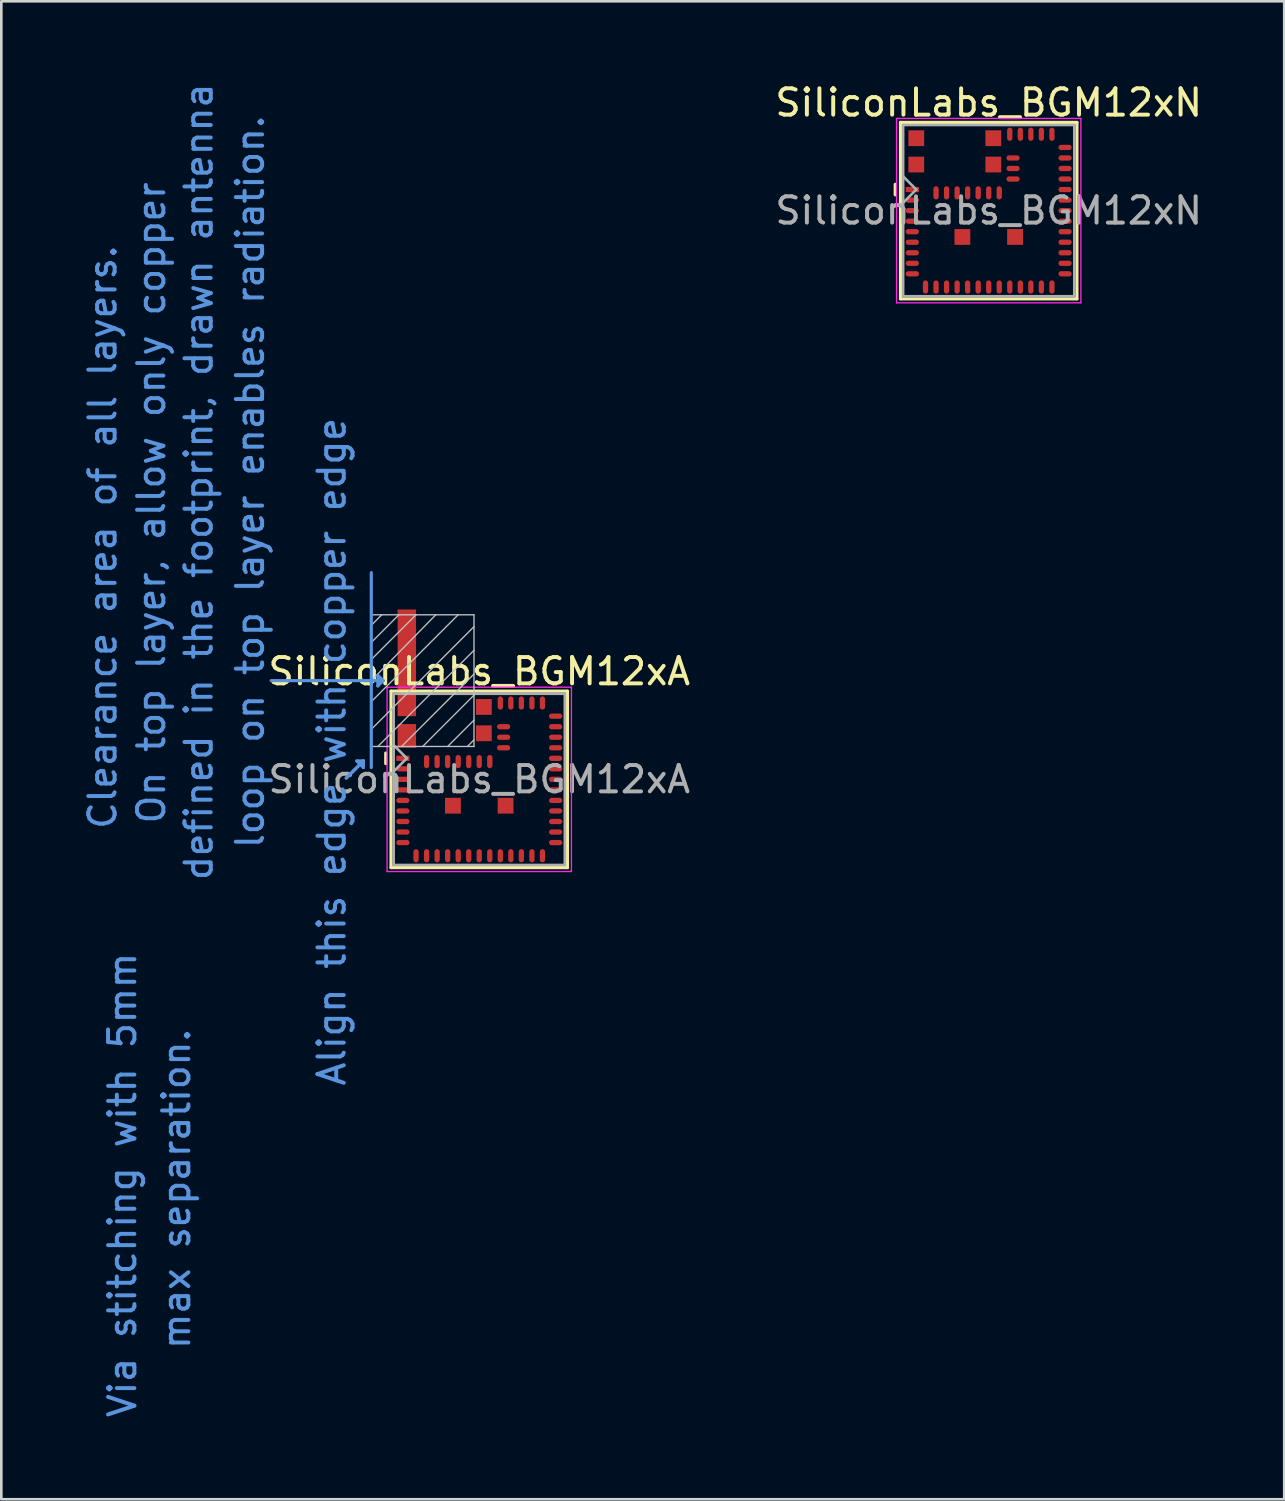
<source format=kicad_pcb>
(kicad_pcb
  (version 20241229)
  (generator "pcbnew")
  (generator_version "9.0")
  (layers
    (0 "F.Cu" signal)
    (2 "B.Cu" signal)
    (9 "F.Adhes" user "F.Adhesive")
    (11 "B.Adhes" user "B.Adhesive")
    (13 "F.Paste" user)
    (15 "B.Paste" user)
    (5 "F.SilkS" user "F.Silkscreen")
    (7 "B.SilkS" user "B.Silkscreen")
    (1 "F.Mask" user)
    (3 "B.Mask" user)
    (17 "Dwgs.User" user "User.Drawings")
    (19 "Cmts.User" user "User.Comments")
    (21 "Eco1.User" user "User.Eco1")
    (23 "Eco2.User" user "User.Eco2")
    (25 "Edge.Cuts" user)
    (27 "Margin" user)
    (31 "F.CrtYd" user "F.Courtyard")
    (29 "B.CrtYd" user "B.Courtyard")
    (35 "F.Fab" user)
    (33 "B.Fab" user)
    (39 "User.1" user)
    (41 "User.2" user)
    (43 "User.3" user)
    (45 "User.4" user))
  (footprint "SiliconLabs_BGM12xN"
    (layer "F.Cu")
    (at 34.493 4.948)
    (property "Reference" "SiliconLabs_BGM12xN" (at 0 -4.1 0) (layer "F.SilkS") (effects (font (size 1 1) (thickness 0.15))))
    (attr smd)
    (fp_line (start -3.55 -1) (end -3.55 -0.6) (stroke (width 0.12) (type solid)) (layer "F.SilkS"))
    (fp_line (start -3.35 -3.35) (end 3.35 -3.35) (stroke (width 0.12) (type solid)) (layer "F.SilkS"))
    (fp_line (start -3.35 3.35) (end -3.35 -3.35) (stroke (width 0.12) (type solid)) (layer "F.SilkS"))
    (fp_line (start 3.35 -3.35) (end 3.35 3.35) (stroke (width 0.12) (type solid)) (layer "F.SilkS"))
    (fp_line (start 3.35 3.35) (end -3.35 3.35) (stroke (width 0.12) (type solid)) (layer "F.SilkS"))
    (fp_line (start -3.5 -3.5) (end 3.5 -3.5) (stroke (width 0.05) (type solid)) (layer "F.CrtYd"))
    (fp_line (start -3.5 3.5) (end -3.5 -3.5) (stroke (width 0.05) (type solid)) (layer "F.CrtYd"))
    (fp_line (start 3.5 -3.5) (end 3.5 3.5) (stroke (width 0.05) (type solid)) (layer "F.CrtYd"))
    (fp_line (start 3.5 3.5) (end -3.5 3.5) (stroke (width 0.05) (type solid)) (layer "F.CrtYd"))
    (fp_line (start -3.25 -3.25) (end -3.25 3.25) (stroke (width 0.1) (type solid)) (layer "F.Fab"))
    (fp_line (start -3.25 -0.3) (end -2.75 -0.8) (stroke (width 0.1) (type solid)) (layer "F.Fab"))
    (fp_line (start -3.25 3.25) (end 3.25 3.25) (stroke (width 0.1) (type solid)) (layer "F.Fab"))
    (fp_line (start -2.75 -0.8) (end -3.25 -1.3) (stroke (width 0.1) (type solid)) (layer "F.Fab"))
    (fp_line (start 3.25 -3.25) (end -3.25 -3.25) (stroke (width 0.1) (type solid)) (layer "F.Fab"))
    (fp_line (start 3.25 3.25) (end 3.25 -3.25) (stroke (width 0.1) (type solid)) (layer "F.Fab"))
    (fp_text user "${REFERENCE}" (at 0 0 0) (layer "F.Fab") (effects (font (size 1 1) (thickness 0.15))))
    (pad "1" smd rect (at -2.9 -0.8) (size 0.5 0.2) (layers "F.Cu" "F.Mask" "F.Paste"))
    (pad "2" smd oval (at -2.9 -0.4) (size 0.501 0.201) (layers "F.Cu" "F.Mask" "F.Paste"))
    (pad "3" smd oval (at -2.9 0) (size 0.501 0.201) (layers "F.Cu" "F.Mask" "F.Paste"))
    (pad "4" smd oval (at -2.9 0.4) (size 0.501 0.201) (layers "F.Cu" "F.Mask" "F.Paste"))
    (pad "5" smd oval (at -2.9 0.8) (size 0.501 0.201) (layers "F.Cu" "F.Mask" "F.Paste"))
    (pad "6" smd oval (at -2.9 1.2) (size 0.501 0.201) (layers "F.Cu" "F.Mask" "F.Paste"))
    (pad "7" smd oval (at -2.9 1.6) (size 0.501 0.201) (layers "F.Cu" "F.Mask" "F.Paste"))
    (pad "8" smd oval (at -2.9 2) (size 0.501 0.201) (layers "F.Cu" "F.Mask" "F.Paste"))
    (pad "9" smd oval (at -2.9 2.4) (size 0.501 0.201) (layers "F.Cu" "F.Mask" "F.Paste"))
    (pad "10" smd oval (at -2.4 2.9 90) (size 0.501 0.201) (layers "F.Cu" "F.Mask" "F.Paste"))
    (pad "11" smd oval (at -2 2.9 90) (size 0.501 0.201) (layers "F.Cu" "F.Mask" "F.Paste"))
    (pad "12" smd oval (at -1.6 2.9 90) (size 0.501 0.201) (layers "F.Cu" "F.Mask" "F.Paste"))
    (pad "13" smd oval (at -1.2 2.9 90) (size 0.501 0.201) (layers "F.Cu" "F.Mask" "F.Paste"))
    (pad "14" smd oval (at -0.8 2.9 90) (size 0.501 0.201) (layers "F.Cu" "F.Mask" "F.Paste"))
    (pad "15" smd oval (at -0.4 2.9 90) (size 0.501 0.201) (layers "F.Cu" "F.Mask" "F.Paste"))
    (pad "16" smd oval (at 0 2.9 90) (size 0.501 0.201) (layers "F.Cu" "F.Mask" "F.Paste"))
    (pad "17" smd oval (at 0.4 2.9 90) (size 0.501 0.201) (layers "F.Cu" "F.Mask" "F.Paste"))
    (pad "18" smd oval (at 0.8 2.9 90) (size 0.501 0.201) (layers "F.Cu" "F.Mask" "F.Paste"))
    (pad "19" smd oval (at 1.2 2.9 90) (size 0.501 0.201) (layers "F.Cu" "F.Mask" "F.Paste"))
    (pad "20" smd oval (at 1.6 2.9 90) (size 0.501 0.201) (layers "F.Cu" "F.Mask" "F.Paste"))
    (pad "21" smd oval (at 2 2.9 90) (size 0.501 0.201) (layers "F.Cu" "F.Mask" "F.Paste"))
    (pad "22" smd oval (at 2.4 2.9 90) (size 0.501 0.201) (layers "F.Cu" "F.Mask" "F.Paste"))
    (pad "23" smd oval (at 2.9 2.4) (size 0.501 0.201) (layers "F.Cu" "F.Mask" "F.Paste"))
    (pad "24" smd oval (at 2.9 2) (size 0.501 0.201) (layers "F.Cu" "F.Mask" "F.Paste"))
    (pad "25" smd oval (at 2.9 1.6) (size 0.501 0.201) (layers "F.Cu" "F.Mask" "F.Paste"))
    (pad "26" smd oval (at 2.9 1.2) (size 0.501 0.201) (layers "F.Cu" "F.Mask" "F.Paste"))
    (pad "27" smd oval (at 2.9 0.8) (size 0.501 0.201) (layers "F.Cu" "F.Mask" "F.Paste"))
    (pad "28" smd oval (at 2.9 0.4) (size 0.501 0.201) (layers "F.Cu" "F.Mask" "F.Paste"))
    (pad "29" smd oval (at 2.9 0) (size 0.501 0.201) (layers "F.Cu" "F.Mask" "F.Paste"))
    (pad "30" smd oval (at 2.9 -0.4) (size 0.501 0.201) (layers "F.Cu" "F.Mask" "F.Paste"))
    (pad "31" smd oval (at 2.9 -0.8) (size 0.501 0.201) (layers "F.Cu" "F.Mask" "F.Paste"))
    (pad "32" smd oval (at 2.9 -1.2) (size 0.501 0.201) (layers "F.Cu" "F.Mask" "F.Paste"))
    (pad "33" smd oval (at 2.9 -1.6) (size 0.501 0.201) (layers "F.Cu" "F.Mask" "F.Paste"))
    (pad "34" smd oval (at 2.9 -2) (size 0.501 0.201) (layers "F.Cu" "F.Mask" "F.Paste"))
    (pad "35" smd oval (at 2.9 -2.4) (size 0.501 0.201) (layers "F.Cu" "F.Mask" "F.Paste"))
    (pad "36" smd oval (at 2.4 -2.9 90) (size 0.501 0.201) (layers "F.Cu" "F.Mask" "F.Paste"))
    (pad "37" smd oval (at 2 -2.9 90) (size 0.501 0.201) (layers "F.Cu" "F.Mask" "F.Paste"))
    (pad "38" smd oval (at 1.6 -2.9 90) (size 0.501 0.201) (layers "F.Cu" "F.Mask" "F.Paste"))
    (pad "39" smd oval (at 1.2 -2.9 90) (size 0.501 0.201) (layers "F.Cu" "F.Mask" "F.Paste"))
    (pad "40" smd oval (at 0.8 -2.9 90) (size 0.501 0.201) (layers "F.Cu" "F.Mask" "F.Paste"))
    (pad "41" smd oval (at 0.925 -2) (size 0.501 0.201) (layers "F.Cu" "F.Mask" "F.Paste"))
    (pad "42" smd oval (at 0.925 -1.6) (size 0.501 0.201) (layers "F.Cu" "F.Mask" "F.Paste"))
    (pad "43" smd oval (at 0.925 -1.2) (size 0.501 0.201) (layers "F.Cu" "F.Mask" "F.Paste"))
    (pad "44" smd oval (at 0.4 -0.675 90) (size 0.501 0.201) (layers "F.Cu" "F.Mask" "F.Paste"))
    (pad "45" smd oval (at 0 -0.675 90) (size 0.501 0.201) (layers "F.Cu" "F.Mask" "F.Paste"))
    (pad "46" smd oval (at -0.4 -0.675 90) (size 0.501 0.201) (layers "F.Cu" "F.Mask" "F.Paste"))
    (pad "47" smd oval (at -0.8 -0.675 90) (size 0.501 0.201) (layers "F.Cu" "F.Mask" "F.Paste"))
    (pad "48" smd oval (at -1.2 -0.675 90) (size 0.501 0.201) (layers "F.Cu" "F.Mask" "F.Paste"))
    (pad "49" smd oval (at -1.6 -0.675 90) (size 0.501 0.201) (layers "F.Cu" "F.Mask" "F.Paste"))
    (pad "50" smd oval (at -2 -0.675 90) (size 0.501 0.201) (layers "F.Cu" "F.Mask" "F.Paste"))
    (pad "51" smd rect (at -1 1) (size 0.6 0.6) (layers "F.Cu" "F.Mask" "F.Paste"))
    (pad "52" smd rect (at 1 1) (size 0.6 0.6) (layers "F.Cu" "F.Mask" "F.Paste"))
    (pad "53" smd rect (at -2.75 -2.75) (size 0.6 0.6) (layers "F.Cu" "F.Mask" "F.Paste"))
    (pad "54" smd rect (at -2.75 -1.75) (size 0.6 0.6) (layers "F.Cu" "F.Mask" "F.Paste"))
    (pad "55" smd rect (at 0.175 -1.75) (size 0.6 0.6) (layers "F.Cu" "F.Mask" "F.Paste"))
    (pad "56" smd rect (at 0.175 -2.75) (size 0.6 0.6) (layers "F.Cu" "F.Mask" "F.Paste")))
  (footprint "SiliconLabs_BGM12xA"
    (layer "F.Cu")
    (at 15.148 26.544)
    (property "Reference" "SiliconLabs_BGM12xA" (at 0 -4.1 0) (layer "F.SilkS") (effects (font (size 1 1) (thickness 0.15))))
    (attr smd)
    (fp_line (start -3.55 -1) (end -3.55 -0.6) (stroke (width 0.12) (type solid)) (layer "F.SilkS"))
    (fp_line (start -3.35 -3.35) (end 3.35 -3.35) (stroke (width 0.12) (type solid)) (layer "F.SilkS"))
    (fp_line (start -3.35 3.35) (end -3.35 -3.35) (stroke (width 0.12) (type solid)) (layer "F.SilkS"))
    (fp_line (start 3.35 -3.35) (end 3.35 3.35) (stroke (width 0.12) (type solid)) (layer "F.SilkS"))
    (fp_line (start 3.35 3.35) (end -3.35 3.35) (stroke (width 0.12) (type solid)) (layer "F.SilkS"))
    (fp_line (start -4.1 -6.25) (end -2.4 -6.25) (stroke (width 0.05) (type solid)) (layer "Dwgs.User"))
    (fp_line (start -4.1 -5.85) (end -3.7 -6.25) (stroke (width 0.05) (type solid)) (layer "Dwgs.User"))
    (fp_line (start -4.1 -1.25) (end -4.1 -6.25) (stroke (width 0.05) (type solid)) (layer "Dwgs.User"))
    (fp_line (start -3.05 -6.25) (end -4.1 -5.2) (stroke (width 0.05) (type solid)) (layer "Dwgs.User"))
    (fp_line (start -2.95 -1.25) (end -0.2 -4) (stroke (width 0.05) (type solid)) (layer "Dwgs.User"))
    (fp_line (start -2.4 -6.25) (end -4.1 -4.55) (stroke (width 0.05) (type solid)) (layer "Dwgs.User"))
    (fp_line (start -2.4 -6.25) (end -0.2 -6.25) (stroke (width 0.05) (type solid)) (layer "Dwgs.User"))
    (fp_line (start -2.4 -1.25) (end -4.1 -1.25) (stroke (width 0.05) (type solid)) (layer "Dwgs.User"))
    (fp_line (start -2.15 -1.25) (end -0.2 -3.2) (stroke (width 0.05) (type solid)) (layer "Dwgs.User"))
    (fp_line (start -1.65 -6.25) (end -4.1 -3.75) (stroke (width 0.05) (type solid)) (layer "Dwgs.User"))
    (fp_line (start -1.2 -1.25) (end -0.2 -2.25) (stroke (width 0.05) (type solid)) (layer "Dwgs.User"))
    (fp_line (start -0.8 -6.25) (end -4.1 -2.95) (stroke (width 0.05) (type solid)) (layer "Dwgs.User"))
    (fp_line (start -0.45 -1.25) (end -0.2 -1.5) (stroke (width 0.05) (type solid)) (layer "Dwgs.User"))
    (fp_line (start -0.2 -6.25) (end -0.2 -1.25) (stroke (width 0.05) (type solid)) (layer "Dwgs.User"))
    (fp_line (start -0.2 -5.8) (end -4.1 -1.9) (stroke (width 0.05) (type solid)) (layer "Dwgs.User"))
    (fp_line (start -0.2 -4.9) (end -3.85 -1.25) (stroke (width 0.05) (type solid)) (layer "Dwgs.User"))
    (fp_line (start -0.2 -1.25) (end -2.4 -1.25) (stroke (width 0.05) (type solid)) (layer "Dwgs.User"))
    (fp_line (start -7.9 -3.75) (end -3.65 -3.75) (stroke (width 0.12) (type solid)) (layer "Cmts.User"))
    (fp_line (start -5.05 -0.05) (end -4.4 -0.7) (stroke (width 0.12) (type solid)) (layer "Cmts.User"))
    (fp_line (start -4.65 -0.7) (end -4.4 -0.7) (stroke (width 0.12) (type solid)) (layer "Cmts.User"))
    (fp_line (start -4.65 -0.7) (end -4.4 -0.45) (stroke (width 0.12) (type solid)) (layer "Cmts.User"))
    (fp_line (start -4.4 -0.7) (end -5.05 -0.05) (stroke (width 0.12) (type solid)) (layer "Cmts.User"))
    (fp_line (start -4.4 -0.7) (end -4.4 -0.45) (stroke (width 0.12) (type solid)) (layer "Cmts.User"))
    (fp_line (start -4.1 -0.45) (end -4.1 -7.85) (stroke (width 0.12) (type solid)) (layer "Cmts.User"))
    (fp_line (start -3.85 -3.95) (end -3.85 -3.55) (stroke (width 0.12) (type solid)) (layer "Cmts.User"))
    (fp_line (start -3.85 -3.55) (end -3.65 -3.75) (stroke (width 0.12) (type solid)) (layer "Cmts.User"))
    (fp_line (start -3.65 -3.75) (end -3.85 -3.95) (stroke (width 0.12) (type solid)) (layer "Cmts.User"))
    (fp_line (start -3.5 -3.5) (end 3.5 -3.5) (stroke (width 0.05) (type solid)) (layer "F.CrtYd"))
    (fp_line (start -3.5 3.5) (end -3.5 -3.5) (stroke (width 0.05) (type solid)) (layer "F.CrtYd"))
    (fp_line (start 3.5 -3.5) (end 3.5 3.5) (stroke (width 0.05) (type solid)) (layer "F.CrtYd"))
    (fp_line (start 3.5 3.5) (end -3.5 3.5) (stroke (width 0.05) (type solid)) (layer "F.CrtYd"))
    (fp_line (start -3.25 -3.25) (end -3.25 3.25) (stroke (width 0.1) (type solid)) (layer "F.Fab"))
    (fp_line (start -3.25 -0.3) (end -2.75 -0.8) (stroke (width 0.1) (type solid)) (layer "F.Fab"))
    (fp_line (start -3.25 3.25) (end 3.25 3.25) (stroke (width 0.1) (type solid)) (layer "F.Fab"))
    (fp_line (start -2.75 -0.8) (end -3.25 -1.3) (stroke (width 0.1) (type solid)) (layer "F.Fab"))
    (fp_line (start 3.25 -3.25) (end -3.25 -3.25) (stroke (width 0.1) (type solid)) (layer "F.Fab"))
    (fp_line (start 3.25 3.25) (end 3.25 -3.25) (stroke (width 0.1) (type solid)) (layer "F.Fab"))
    (fp_text user "Align this edge with copper edge" (at -5.6 -1.05 90) (layer "Cmts.User") (effects (font (size 1 1) (thickness 0.15))))
    (fp_text user "Via stitching with 5mm" (at -13.55 15.4 90) (layer "Cmts.User") (effects (font (size 1 1) (thickness 0.15))))
    (fp_text user "loop on top layer enables radiation." (at -8.7 -11.3 90) (layer "Cmts.User") (effects (font (size 1 1) (thickness 0.15))))
    (fp_text user "max separation." (at -11.5 15.55 90) (layer "Cmts.User") (effects (font (size 1 1) (thickness 0.15))))
    (fp_text user "On top layer, allow only copper" (at -12.45 -10.5 90) (layer "Cmts.User") (effects (font (size 1 1) (thickness 0.15))))
    (fp_text user "defined in the footprint, drawn antenna" (at -10.65 -11.3 90) (layer "Cmts.User") (effects (font (size 1 1) (thickness 0.15))))
    (fp_text user "Clearance area of all layers." (at -14.3 -9.2 90) (layer "Cmts.User") (effects (font (size 1 1) (thickness 0.15))))
    (fp_text user "${REFERENCE}" (at 0 0 0) (layer "F.Fab") (effects (font (size 1 1) (thickness 0.15))))
    (pad "1" smd rect (at -2.9 -0.8) (size 0.5 0.2) (layers "F.Cu" "F.Mask" "F.Paste"))
    (pad "2" smd oval (at -2.9 -0.4) (size 0.501 0.201) (layers "F.Cu" "F.Mask" "F.Paste"))
    (pad "3" smd oval (at -2.9 0) (size 0.501 0.201) (layers "F.Cu" "F.Mask" "F.Paste"))
    (pad "4" smd oval (at -2.9 0.4) (size 0.501 0.201) (layers "F.Cu" "F.Mask" "F.Paste"))
    (pad "5" smd oval (at -2.9 0.8) (size 0.501 0.201) (layers "F.Cu" "F.Mask" "F.Paste"))
    (pad "6" smd oval (at -2.9 1.2) (size 0.501 0.201) (layers "F.Cu" "F.Mask" "F.Paste"))
    (pad "7" smd oval (at -2.9 1.6) (size 0.501 0.201) (layers "F.Cu" "F.Mask" "F.Paste"))
    (pad "8" smd oval (at -2.9 2) (size 0.501 0.201) (layers "F.Cu" "F.Mask" "F.Paste"))
    (pad "9" smd oval (at -2.9 2.4) (size 0.501 0.201) (layers "F.Cu" "F.Mask" "F.Paste"))
    (pad "10" smd oval (at -2.4 2.9 90) (size 0.501 0.201) (layers "F.Cu" "F.Mask" "F.Paste"))
    (pad "11" smd oval (at -2 2.9 90) (size 0.501 0.201) (layers "F.Cu" "F.Mask" "F.Paste"))
    (pad "12" smd oval (at -1.6 2.9 90) (size 0.501 0.201) (layers "F.Cu" "F.Mask" "F.Paste"))
    (pad "13" smd oval (at -1.2 2.9 90) (size 0.501 0.201) (layers "F.Cu" "F.Mask" "F.Paste"))
    (pad "14" smd oval (at -0.8 2.9 90) (size 0.501 0.201) (layers "F.Cu" "F.Mask" "F.Paste"))
    (pad "15" smd oval (at -0.4 2.9 90) (size 0.501 0.201) (layers "F.Cu" "F.Mask" "F.Paste"))
    (pad "16" smd oval (at 0 2.9 90) (size 0.501 0.201) (layers "F.Cu" "F.Mask" "F.Paste"))
    (pad "17" smd oval (at 0.4 2.9 90) (size 0.501 0.201) (layers "F.Cu" "F.Mask" "F.Paste"))
    (pad "18" smd oval (at 0.8 2.9 90) (size 0.501 0.201) (layers "F.Cu" "F.Mask" "F.Paste"))
    (pad "19" smd oval (at 1.2 2.9 90) (size 0.501 0.201) (layers "F.Cu" "F.Mask" "F.Paste"))
    (pad "20" smd oval (at 1.6 2.9 90) (size 0.501 0.201) (layers "F.Cu" "F.Mask" "F.Paste"))
    (pad "21" smd oval (at 2 2.9 90) (size 0.501 0.201) (layers "F.Cu" "F.Mask" "F.Paste"))
    (pad "22" smd oval (at 2.4 2.9 90) (size 0.501 0.201) (layers "F.Cu" "F.Mask" "F.Paste"))
    (pad "23" smd oval (at 2.9 2.4) (size 0.501 0.201) (layers "F.Cu" "F.Mask" "F.Paste"))
    (pad "24" smd oval (at 2.9 2) (size 0.501 0.201) (layers "F.Cu" "F.Mask" "F.Paste"))
    (pad "25" smd oval (at 2.9 1.6) (size 0.501 0.201) (layers "F.Cu" "F.Mask" "F.Paste"))
    (pad "26" smd oval (at 2.9 1.2) (size 0.501 0.201) (layers "F.Cu" "F.Mask" "F.Paste"))
    (pad "27" smd oval (at 2.9 0.8) (size 0.501 0.201) (layers "F.Cu" "F.Mask" "F.Paste"))
    (pad "28" smd oval (at 2.9 0.4) (size 0.501 0.201) (layers "F.Cu" "F.Mask" "F.Paste"))
    (pad "29" smd oval (at 2.9 0) (size 0.501 0.201) (layers "F.Cu" "F.Mask" "F.Paste"))
    (pad "30" smd oval (at 2.9 -0.4) (size 0.501 0.201) (layers "F.Cu" "F.Mask" "F.Paste"))
    (pad "31" smd oval (at 2.9 -0.8) (size 0.501 0.201) (layers "F.Cu" "F.Mask" "F.Paste"))
    (pad "32" smd oval (at 2.9 -1.2) (size 0.501 0.201) (layers "F.Cu" "F.Mask" "F.Paste"))
    (pad "33" smd oval (at 2.9 -1.6) (size 0.501 0.201) (layers "F.Cu" "F.Mask" "F.Paste"))
    (pad "34" smd oval (at 2.9 -2) (size 0.501 0.201) (layers "F.Cu" "F.Mask" "F.Paste"))
    (pad "35" smd oval (at 2.9 -2.4) (size 0.501 0.201) (layers "F.Cu" "F.Mask" "F.Paste"))
    (pad "36" smd oval (at 2.4 -2.9 90) (size 0.501 0.201) (layers "F.Cu" "F.Mask" "F.Paste"))
    (pad "37" smd oval (at 2 -2.9 90) (size 0.501 0.201) (layers "F.Cu" "F.Mask" "F.Paste"))
    (pad "38" smd oval (at 1.6 -2.9 90) (size 0.501 0.201) (layers "F.Cu" "F.Mask" "F.Paste"))
    (pad "39" smd oval (at 1.2 -2.9 90) (size 0.501 0.201) (layers "F.Cu" "F.Mask" "F.Paste"))
    (pad "40" smd oval (at 0.8 -2.9 90) (size 0.501 0.201) (layers "F.Cu" "F.Mask" "F.Paste"))
    (pad "41" smd oval (at 0.925 -2) (size 0.501 0.201) (layers "F.Cu" "F.Mask" "F.Paste"))
    (pad "42" smd oval (at 0.925 -1.6) (size 0.501 0.201) (layers "F.Cu" "F.Mask" "F.Paste"))
    (pad "43" smd oval (at 0.925 -1.2) (size 0.501 0.201) (layers "F.Cu" "F.Mask" "F.Paste"))
    (pad "44" smd oval (at 0.4 -0.675 90) (size 0.501 0.201) (layers "F.Cu" "F.Mask" "F.Paste"))
    (pad "45" smd oval (at 0 -0.675 90) (size 0.501 0.201) (layers "F.Cu" "F.Mask" "F.Paste"))
    (pad "46" smd oval (at -0.4 -0.675 90) (size 0.501 0.201) (layers "F.Cu" "F.Mask" "F.Paste"))
    (pad "47" smd oval (at -0.8 -0.675 90) (size 0.501 0.201) (layers "F.Cu" "F.Mask" "F.Paste"))
    (pad "48" smd oval (at -1.2 -0.675 90) (size 0.501 0.201) (layers "F.Cu" "F.Mask" "F.Paste"))
    (pad "49" smd oval (at -1.6 -0.675 90) (size 0.501 0.201) (layers "F.Cu" "F.Mask" "F.Paste"))
    (pad "50" smd oval (at -2 -0.675 90) (size 0.501 0.201) (layers "F.Cu" "F.Mask" "F.Paste"))
    (pad "51" smd rect (at -1 1) (size 0.6 0.6) (layers "F.Cu" "F.Mask" "F.Paste"))
    (pad "52" smd rect (at 1 1) (size 0.6 0.6) (layers "F.Cu" "F.Mask" "F.Paste"))
    (pad "53" smd rect (at -2.75 -4.425) (size 0.7 4.05) (layers "F.Cu"))
    (pad "53" smd rect (at -2.75 -2.75) (size 0.6 0.6) (layers "F.Cu" "F.Mask" "F.Paste"))
    (pad "54" smd rect (at -2.75 -1.75) (size 0.6 0.6) (layers "F.Cu" "F.Mask" "F.Paste"))
    (pad "54" smd rect (at -2.75 -1.65) (size 0.7 0.9) (layers "F.Cu"))
    (pad "55" smd rect (at 0.175 -1.75) (size 0.6 0.6) (layers "F.Cu" "F.Mask" "F.Paste"))
    (pad "56" smd rect (at 0.175 -2.75) (size 0.6 0.6) (layers "F.Cu" "F.Mask" "F.Paste")))
  (gr_rect
    (start -3 -3)
    (end 45.714 53.879)
    (stroke (width 0.1) (type default))
    (fill no)
    (layer "Edge.Cuts")))
</source>
